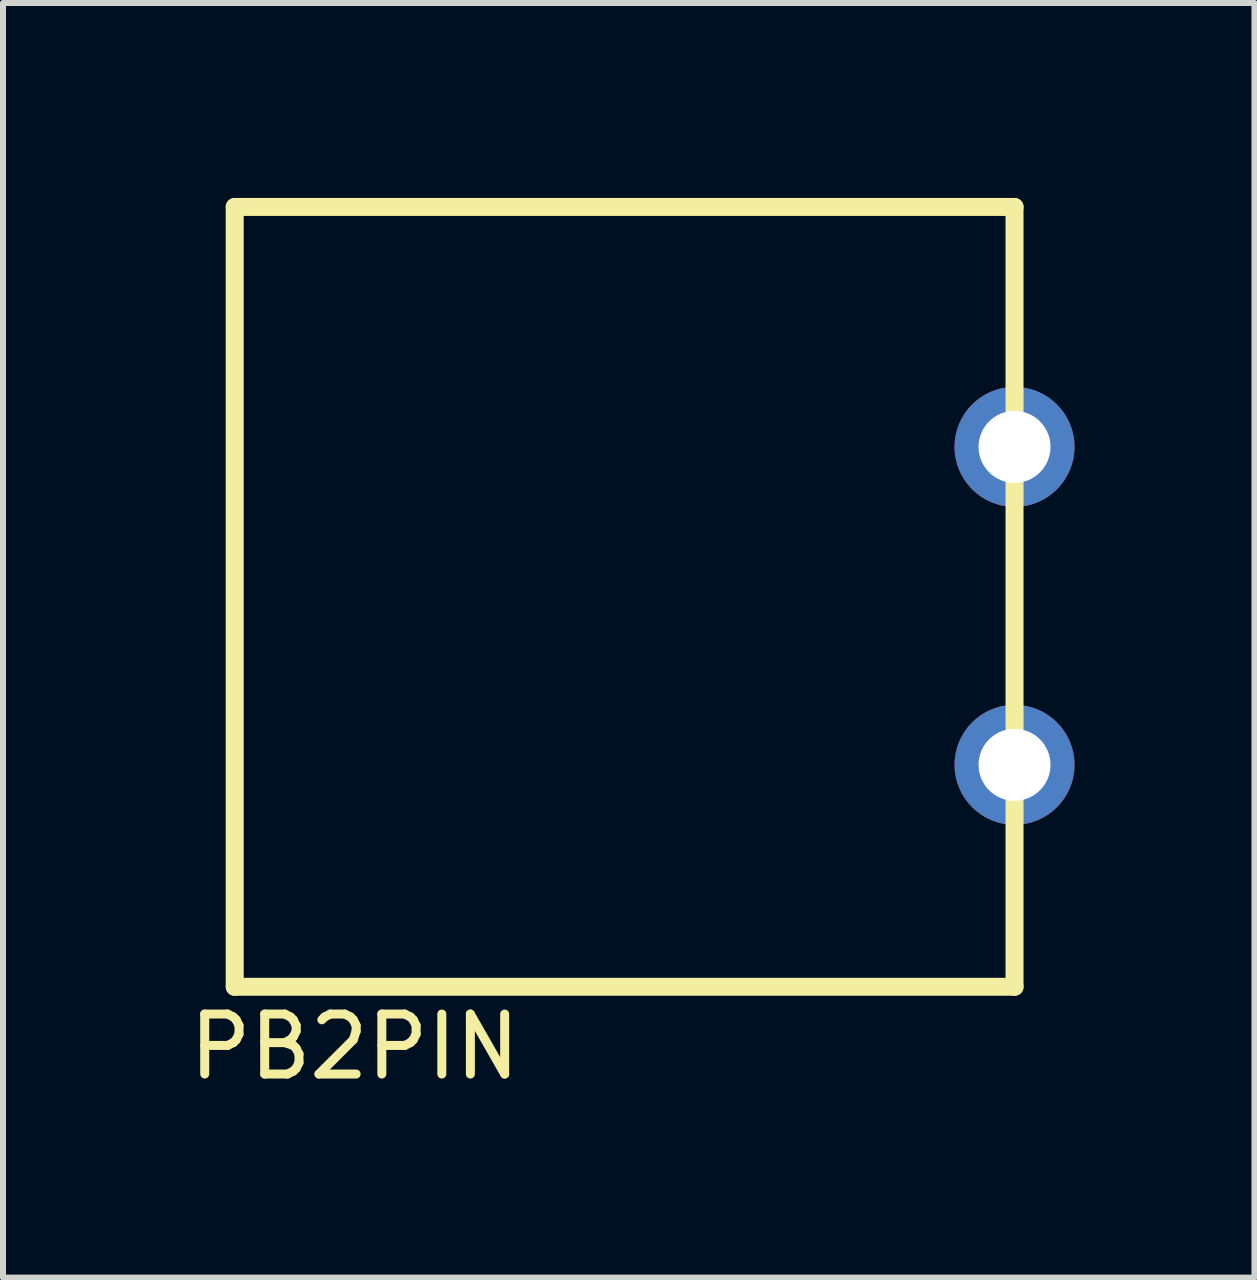
<source format=kicad_pcb>
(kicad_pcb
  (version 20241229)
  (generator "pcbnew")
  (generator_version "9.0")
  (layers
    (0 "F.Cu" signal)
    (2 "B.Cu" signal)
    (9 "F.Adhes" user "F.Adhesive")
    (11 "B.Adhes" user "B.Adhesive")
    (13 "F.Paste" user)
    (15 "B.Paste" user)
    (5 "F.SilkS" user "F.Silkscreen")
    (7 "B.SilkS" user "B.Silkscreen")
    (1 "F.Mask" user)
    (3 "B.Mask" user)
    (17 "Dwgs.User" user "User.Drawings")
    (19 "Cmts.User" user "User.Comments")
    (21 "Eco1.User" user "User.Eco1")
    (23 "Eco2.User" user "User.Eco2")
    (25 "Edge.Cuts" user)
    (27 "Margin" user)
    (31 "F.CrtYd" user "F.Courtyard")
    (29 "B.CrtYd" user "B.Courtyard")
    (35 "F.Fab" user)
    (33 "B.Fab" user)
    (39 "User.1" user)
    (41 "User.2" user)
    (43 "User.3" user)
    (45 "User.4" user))
  (footprint "PB2PIN"
    (layer "F.Cu")
    (at 14.013 0.25)
    (property "Reference" "PB2PIN" (at -11.15 14.15 0) (layer "F.SilkS") (effects (font (size 1 1) (thickness 0.15))))
    (attr through_hole)
    (fp_line (start -13.15 13.15) (end -13.15 0.15) (stroke (width 0.3) (type solid)) (layer "F.SilkS"))
    (fp_line (start -0.15 0.15) (end -13.15 0.15) (stroke (width 0.3) (type solid)) (layer "F.SilkS"))
    (fp_line (start -0.15 0.15) (end -0.15 13.15) (stroke (width 0.3) (type solid)) (layer "F.SilkS"))
    (fp_line (start -0.15 13.15) (end -13.15 13.15) (stroke (width 0.3) (type solid)) (layer "F.SilkS"))
    (pad "1" thru_hole circle (at -0.15 4.15) (size 2 2) (drill 1.2) (layers "*.Cu" "*.Mask"))
    (pad "1" thru_hole circle (at -0.15 9.45) (size 2 2) (drill 1.2) (layers "*.Cu" "*.Mask")))
  (gr_rect
    (start -3 -3)
    (end 17.863 18.248)
    (stroke (width 0.1) (type default))
    (fill no)
    (layer "Edge.Cuts")))
</source>
